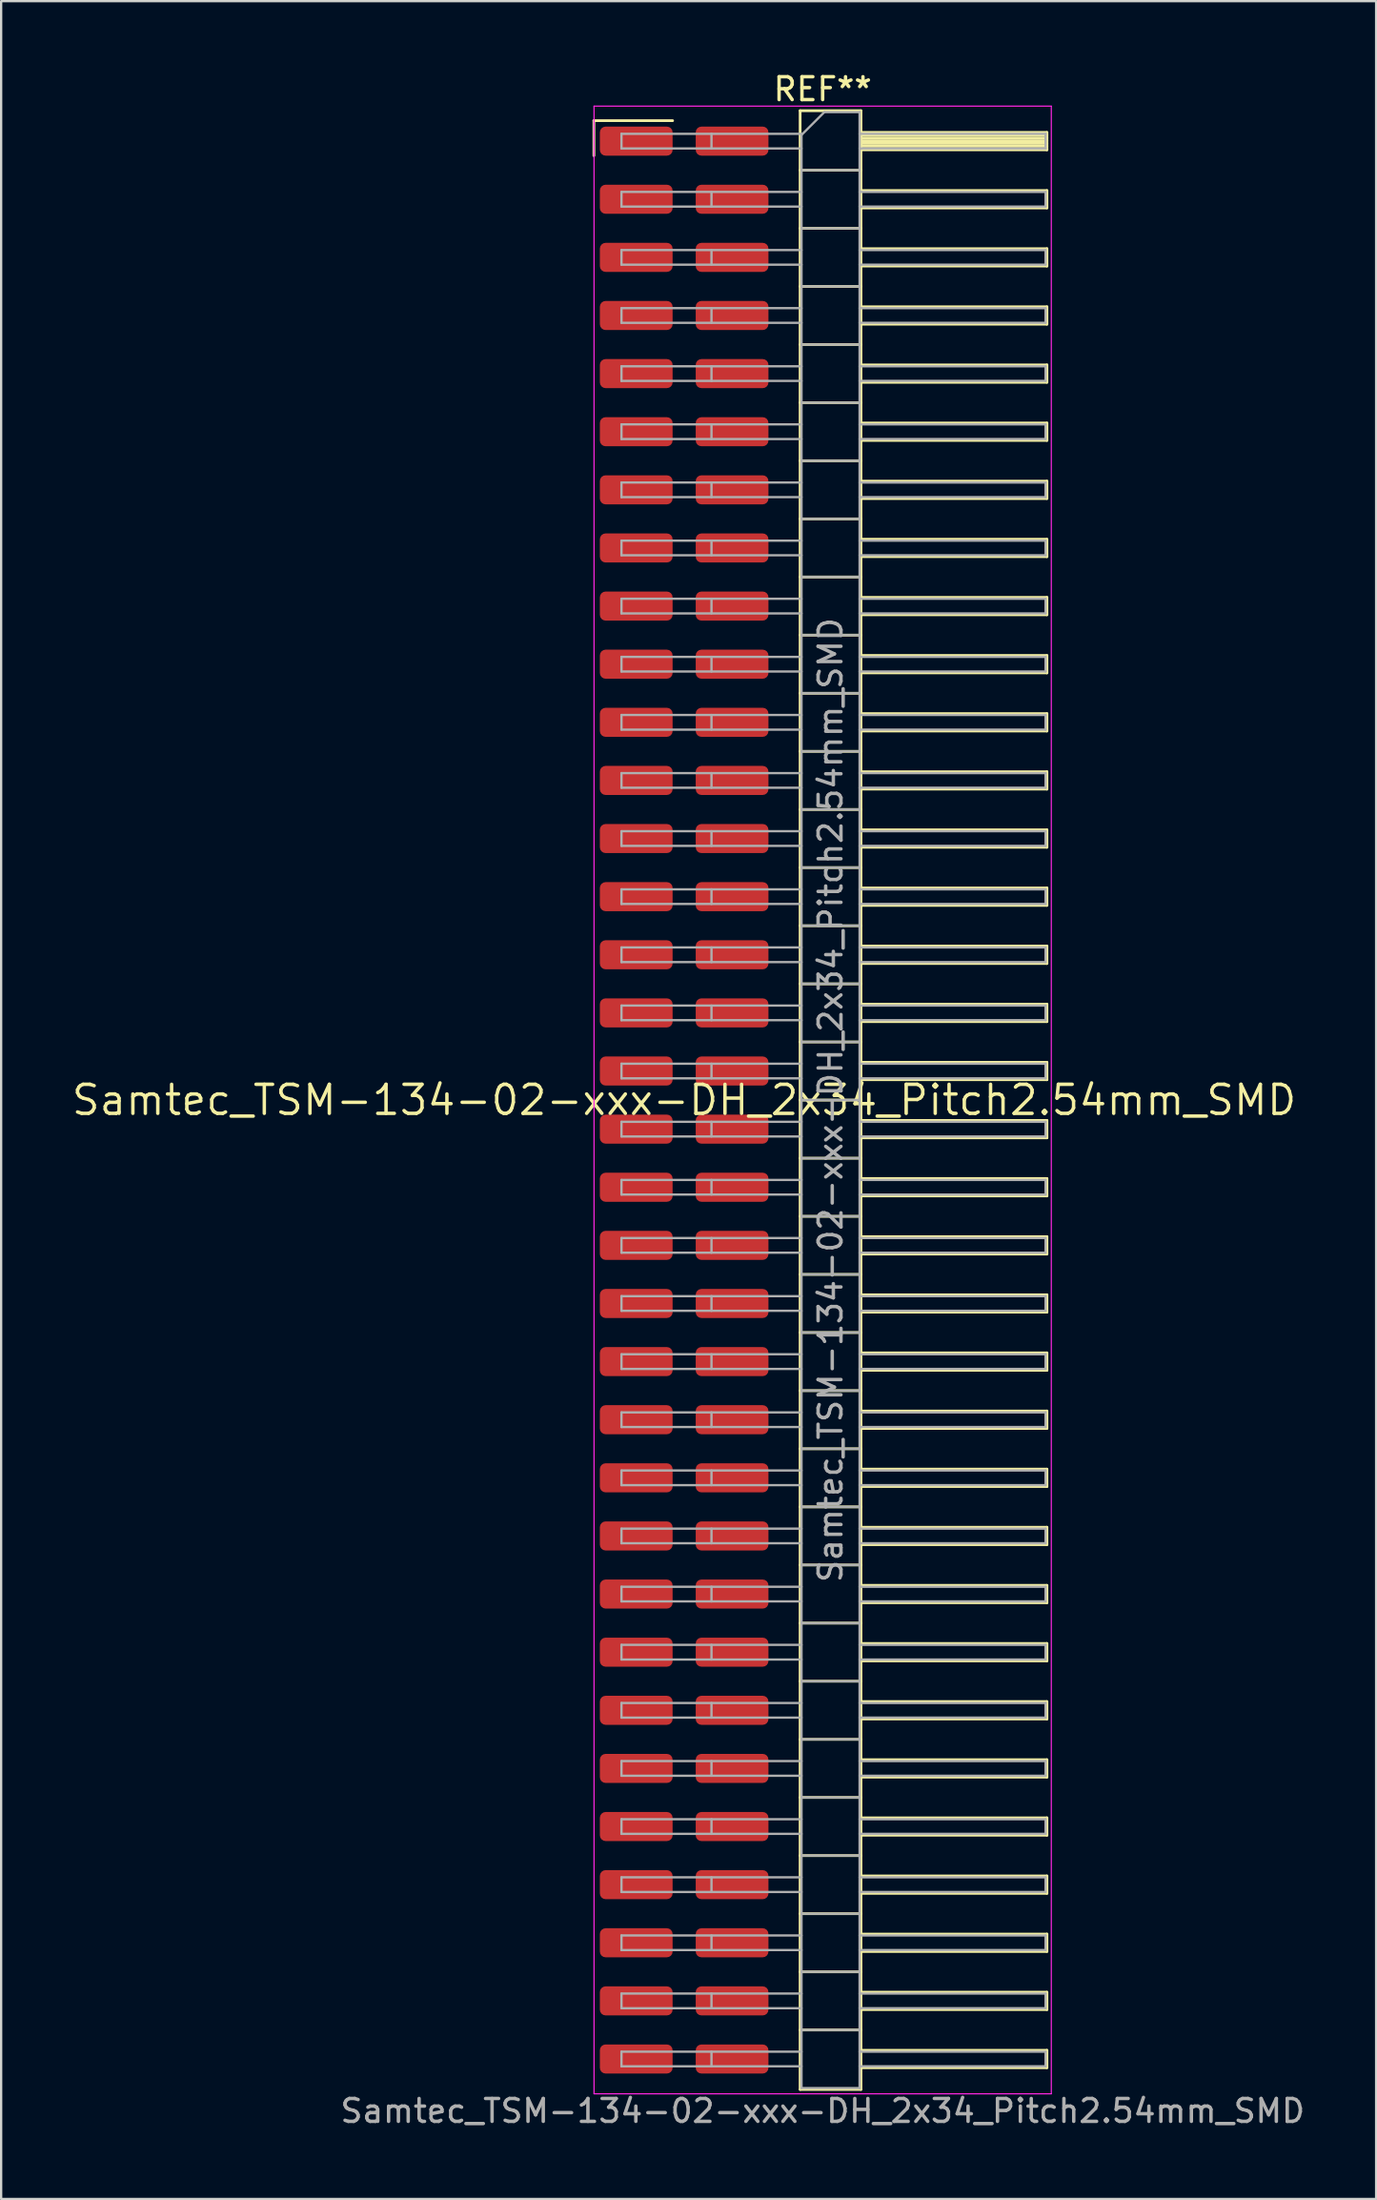
<source format=kicad_pcb>
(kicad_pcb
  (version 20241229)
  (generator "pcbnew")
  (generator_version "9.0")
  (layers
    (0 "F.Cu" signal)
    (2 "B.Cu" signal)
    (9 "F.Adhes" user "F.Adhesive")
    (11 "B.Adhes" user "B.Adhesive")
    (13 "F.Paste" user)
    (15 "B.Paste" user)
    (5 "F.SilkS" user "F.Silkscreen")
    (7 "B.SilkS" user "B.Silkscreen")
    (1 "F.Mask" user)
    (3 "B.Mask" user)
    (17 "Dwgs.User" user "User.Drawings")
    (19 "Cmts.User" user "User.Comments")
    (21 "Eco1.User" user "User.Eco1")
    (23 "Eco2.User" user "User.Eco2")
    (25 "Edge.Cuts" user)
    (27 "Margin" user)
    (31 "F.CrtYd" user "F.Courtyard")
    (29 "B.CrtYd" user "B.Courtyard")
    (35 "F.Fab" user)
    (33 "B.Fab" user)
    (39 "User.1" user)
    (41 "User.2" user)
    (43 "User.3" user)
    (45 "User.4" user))
  (footprint "Samtec_TSM-134-02-xxx-DH_2x34_Pitch2.54mm_SMD"
    (layer "F.Cu")
    (at 26.859 45.028)
    (property "Reference" "Samtec_TSM-134-02-xxx-DH_2x34_Pitch2.54mm_SMD" (at 0 0 0) (layer "F.SilkS") (effects (font (size 1.27 1.27) (thickness 0.15))))
    (attr smd)
    (fp_line (start -3.945 -42.805) (end -0.505 -42.805) (stroke (width 0.12) (type solid)) (layer "F.SilkS"))
    (fp_line (start -3.945 -41.275) (end -3.945 -42.805) (stroke (width 0.12) (type solid)) (layer "F.SilkS"))
    (fp_line (start 5.07 -43.24) (end 7.73 -43.24) (stroke (width 0.12) (type solid)) (layer "F.SilkS"))
    (fp_line (start 5.07 -40.64) (end 7.73 -40.64) (stroke (width 0.12) (type solid)) (layer "F.SilkS"))
    (fp_line (start 5.07 -38.1) (end 7.73 -38.1) (stroke (width 0.12) (type solid)) (layer "F.SilkS"))
    (fp_line (start 5.07 -35.56) (end 7.73 -35.56) (stroke (width 0.12) (type solid)) (layer "F.SilkS"))
    (fp_line (start 5.07 -33.02) (end 7.73 -33.02) (stroke (width 0.12) (type solid)) (layer "F.SilkS"))
    (fp_line (start 5.07 -30.48) (end 7.73 -30.48) (stroke (width 0.12) (type solid)) (layer "F.SilkS"))
    (fp_line (start 5.07 -27.94) (end 7.73 -27.94) (stroke (width 0.12) (type solid)) (layer "F.SilkS"))
    (fp_line (start 5.07 -25.4) (end 7.73 -25.4) (stroke (width 0.12) (type solid)) (layer "F.SilkS"))
    (fp_line (start 5.07 -22.86) (end 7.73 -22.86) (stroke (width 0.12) (type solid)) (layer "F.SilkS"))
    (fp_line (start 5.07 -20.32) (end 7.73 -20.32) (stroke (width 0.12) (type solid)) (layer "F.SilkS"))
    (fp_line (start 5.07 -17.78) (end 7.73 -17.78) (stroke (width 0.12) (type solid)) (layer "F.SilkS"))
    (fp_line (start 5.07 -15.24) (end 7.73 -15.24) (stroke (width 0.12) (type solid)) (layer "F.SilkS"))
    (fp_line (start 5.07 -12.7) (end 7.73 -12.7) (stroke (width 0.12) (type solid)) (layer "F.SilkS"))
    (fp_line (start 5.07 -10.16) (end 7.73 -10.16) (stroke (width 0.12) (type solid)) (layer "F.SilkS"))
    (fp_line (start 5.07 -7.62) (end 7.73 -7.62) (stroke (width 0.12) (type solid)) (layer "F.SilkS"))
    (fp_line (start 5.07 -5.08) (end 7.73 -5.08) (stroke (width 0.12) (type solid)) (layer "F.SilkS"))
    (fp_line (start 5.07 -2.54) (end 7.73 -2.54) (stroke (width 0.12) (type solid)) (layer "F.SilkS"))
    (fp_line (start 5.07 0) (end 7.73 0) (stroke (width 0.12) (type solid)) (layer "F.SilkS"))
    (fp_line (start 5.07 2.54) (end 7.73 2.54) (stroke (width 0.12) (type solid)) (layer "F.SilkS"))
    (fp_line (start 5.07 5.08) (end 7.73 5.08) (stroke (width 0.12) (type solid)) (layer "F.SilkS"))
    (fp_line (start 5.07 7.62) (end 7.73 7.62) (stroke (width 0.12) (type solid)) (layer "F.SilkS"))
    (fp_line (start 5.07 10.16) (end 7.73 10.16) (stroke (width 0.12) (type solid)) (layer "F.SilkS"))
    (fp_line (start 5.07 12.7) (end 7.73 12.7) (stroke (width 0.12) (type solid)) (layer "F.SilkS"))
    (fp_line (start 5.07 15.24) (end 7.73 15.24) (stroke (width 0.12) (type solid)) (layer "F.SilkS"))
    (fp_line (start 5.07 17.78) (end 7.73 17.78) (stroke (width 0.12) (type solid)) (layer "F.SilkS"))
    (fp_line (start 5.07 20.32) (end 7.73 20.32) (stroke (width 0.12) (type solid)) (layer "F.SilkS"))
    (fp_line (start 5.07 22.86) (end 7.73 22.86) (stroke (width 0.12) (type solid)) (layer "F.SilkS"))
    (fp_line (start 5.07 25.4) (end 7.73 25.4) (stroke (width 0.12) (type solid)) (layer "F.SilkS"))
    (fp_line (start 5.07 27.94) (end 7.73 27.94) (stroke (width 0.12) (type solid)) (layer "F.SilkS"))
    (fp_line (start 5.07 30.48) (end 7.73 30.48) (stroke (width 0.12) (type solid)) (layer "F.SilkS"))
    (fp_line (start 5.07 33.02) (end 7.73 33.02) (stroke (width 0.12) (type solid)) (layer "F.SilkS"))
    (fp_line (start 5.07 35.56) (end 7.73 35.56) (stroke (width 0.12) (type solid)) (layer "F.SilkS"))
    (fp_line (start 5.07 38.1) (end 7.73 38.1) (stroke (width 0.12) (type solid)) (layer "F.SilkS"))
    (fp_line (start 5.07 40.64) (end 7.73 40.64) (stroke (width 0.12) (type solid)) (layer "F.SilkS"))
    (fp_line (start 5.07 43.24) (end 5.07 -43.24) (stroke (width 0.12) (type solid)) (layer "F.SilkS"))
    (fp_line (start 7.73 -43.24) (end 7.73 43.24) (stroke (width 0.12) (type solid)) (layer "F.SilkS"))
    (fp_line (start 7.73 -42.29) (end 15.86 -42.29) (stroke (width 0.12) (type solid)) (layer "F.SilkS"))
    (fp_line (start 7.73 -42.17) (end 15.86 -42.17) (stroke (width 0.12) (type solid)) (layer "F.SilkS"))
    (fp_line (start 7.73 -42.05) (end 15.86 -42.05) (stroke (width 0.12) (type solid)) (layer "F.SilkS"))
    (fp_line (start 7.73 -41.93) (end 15.86 -41.93) (stroke (width 0.12) (type solid)) (layer "F.SilkS"))
    (fp_line (start 7.73 -41.81) (end 15.86 -41.81) (stroke (width 0.12) (type solid)) (layer "F.SilkS"))
    (fp_line (start 7.73 -41.69) (end 15.86 -41.69) (stroke (width 0.12) (type solid)) (layer "F.SilkS"))
    (fp_line (start 7.73 -41.57) (end 15.86 -41.57) (stroke (width 0.12) (type solid)) (layer "F.SilkS"))
    (fp_line (start 7.73 -41.53) (end 15.86 -41.53) (stroke (width 0.12) (type solid)) (layer "F.SilkS"))
    (fp_line (start 7.73 -39.75) (end 15.86 -39.75) (stroke (width 0.12) (type solid)) (layer "F.SilkS"))
    (fp_line (start 7.73 -38.99) (end 15.86 -38.99) (stroke (width 0.12) (type solid)) (layer "F.SilkS"))
    (fp_line (start 7.73 -37.21) (end 15.86 -37.21) (stroke (width 0.12) (type solid)) (layer "F.SilkS"))
    (fp_line (start 7.73 -36.45) (end 15.86 -36.45) (stroke (width 0.12) (type solid)) (layer "F.SilkS"))
    (fp_line (start 7.73 -34.67) (end 15.86 -34.67) (stroke (width 0.12) (type solid)) (layer "F.SilkS"))
    (fp_line (start 7.73 -33.91) (end 15.86 -33.91) (stroke (width 0.12) (type solid)) (layer "F.SilkS"))
    (fp_line (start 7.73 -32.13) (end 15.86 -32.13) (stroke (width 0.12) (type solid)) (layer "F.SilkS"))
    (fp_line (start 7.73 -31.37) (end 15.86 -31.37) (stroke (width 0.12) (type solid)) (layer "F.SilkS"))
    (fp_line (start 7.73 -29.59) (end 15.86 -29.59) (stroke (width 0.12) (type solid)) (layer "F.SilkS"))
    (fp_line (start 7.73 -28.83) (end 15.86 -28.83) (stroke (width 0.12) (type solid)) (layer "F.SilkS"))
    (fp_line (start 7.73 -27.05) (end 15.86 -27.05) (stroke (width 0.12) (type solid)) (layer "F.SilkS"))
    (fp_line (start 7.73 -26.29) (end 15.86 -26.29) (stroke (width 0.12) (type solid)) (layer "F.SilkS"))
    (fp_line (start 7.73 -24.51) (end 15.86 -24.51) (stroke (width 0.12) (type solid)) (layer "F.SilkS"))
    (fp_line (start 7.73 -23.75) (end 15.86 -23.75) (stroke (width 0.12) (type solid)) (layer "F.SilkS"))
    (fp_line (start 7.73 -21.97) (end 15.86 -21.97) (stroke (width 0.12) (type solid)) (layer "F.SilkS"))
    (fp_line (start 7.73 -21.21) (end 15.86 -21.21) (stroke (width 0.12) (type solid)) (layer "F.SilkS"))
    (fp_line (start 7.73 -19.43) (end 15.86 -19.43) (stroke (width 0.12) (type solid)) (layer "F.SilkS"))
    (fp_line (start 7.73 -18.67) (end 15.86 -18.67) (stroke (width 0.12) (type solid)) (layer "F.SilkS"))
    (fp_line (start 7.73 -16.89) (end 15.86 -16.89) (stroke (width 0.12) (type solid)) (layer "F.SilkS"))
    (fp_line (start 7.73 -16.13) (end 15.86 -16.13) (stroke (width 0.12) (type solid)) (layer "F.SilkS"))
    (fp_line (start 7.73 -14.35) (end 15.86 -14.35) (stroke (width 0.12) (type solid)) (layer "F.SilkS"))
    (fp_line (start 7.73 -13.59) (end 15.86 -13.59) (stroke (width 0.12) (type solid)) (layer "F.SilkS"))
    (fp_line (start 7.73 -11.81) (end 15.86 -11.81) (stroke (width 0.12) (type solid)) (layer "F.SilkS"))
    (fp_line (start 7.73 -11.05) (end 15.86 -11.05) (stroke (width 0.12) (type solid)) (layer "F.SilkS"))
    (fp_line (start 7.73 -9.27) (end 15.86 -9.27) (stroke (width 0.12) (type solid)) (layer "F.SilkS"))
    (fp_line (start 7.73 -8.51) (end 15.86 -8.51) (stroke (width 0.12) (type solid)) (layer "F.SilkS"))
    (fp_line (start 7.73 -6.73) (end 15.86 -6.73) (stroke (width 0.12) (type solid)) (layer "F.SilkS"))
    (fp_line (start 7.73 -5.97) (end 15.86 -5.97) (stroke (width 0.12) (type solid)) (layer "F.SilkS"))
    (fp_line (start 7.73 -4.19) (end 15.86 -4.19) (stroke (width 0.12) (type solid)) (layer "F.SilkS"))
    (fp_line (start 7.73 -3.43) (end 15.86 -3.43) (stroke (width 0.12) (type solid)) (layer "F.SilkS"))
    (fp_line (start 7.73 -1.65) (end 15.86 -1.65) (stroke (width 0.12) (type solid)) (layer "F.SilkS"))
    (fp_line (start 7.73 -0.89) (end 15.86 -0.89) (stroke (width 0.12) (type solid)) (layer "F.SilkS"))
    (fp_line (start 7.73 0.89) (end 15.86 0.89) (stroke (width 0.12) (type solid)) (layer "F.SilkS"))
    (fp_line (start 7.73 1.65) (end 15.86 1.65) (stroke (width 0.12) (type solid)) (layer "F.SilkS"))
    (fp_line (start 7.73 3.43) (end 15.86 3.43) (stroke (width 0.12) (type solid)) (layer "F.SilkS"))
    (fp_line (start 7.73 4.19) (end 15.86 4.19) (stroke (width 0.12) (type solid)) (layer "F.SilkS"))
    (fp_line (start 7.73 5.97) (end 15.86 5.97) (stroke (width 0.12) (type solid)) (layer "F.SilkS"))
    (fp_line (start 7.73 6.73) (end 15.86 6.73) (stroke (width 0.12) (type solid)) (layer "F.SilkS"))
    (fp_line (start 7.73 8.51) (end 15.86 8.51) (stroke (width 0.12) (type solid)) (layer "F.SilkS"))
    (fp_line (start 7.73 9.27) (end 15.86 9.27) (stroke (width 0.12) (type solid)) (layer "F.SilkS"))
    (fp_line (start 7.73 11.05) (end 15.86 11.05) (stroke (width 0.12) (type solid)) (layer "F.SilkS"))
    (fp_line (start 7.73 11.81) (end 15.86 11.81) (stroke (width 0.12) (type solid)) (layer "F.SilkS"))
    (fp_line (start 7.73 13.59) (end 15.86 13.59) (stroke (width 0.12) (type solid)) (layer "F.SilkS"))
    (fp_line (start 7.73 14.35) (end 15.86 14.35) (stroke (width 0.12) (type solid)) (layer "F.SilkS"))
    (fp_line (start 7.73 16.13) (end 15.86 16.13) (stroke (width 0.12) (type solid)) (layer "F.SilkS"))
    (fp_line (start 7.73 16.89) (end 15.86 16.89) (stroke (width 0.12) (type solid)) (layer "F.SilkS"))
    (fp_line (start 7.73 18.67) (end 15.86 18.67) (stroke (width 0.12) (type solid)) (layer "F.SilkS"))
    (fp_line (start 7.73 19.43) (end 15.86 19.43) (stroke (width 0.12) (type solid)) (layer "F.SilkS"))
    (fp_line (start 7.73 21.21) (end 15.86 21.21) (stroke (width 0.12) (type solid)) (layer "F.SilkS"))
    (fp_line (start 7.73 21.97) (end 15.86 21.97) (stroke (width 0.12) (type solid)) (layer "F.SilkS"))
    (fp_line (start 7.73 23.75) (end 15.86 23.75) (stroke (width 0.12) (type solid)) (layer "F.SilkS"))
    (fp_line (start 7.73 24.51) (end 15.86 24.51) (stroke (width 0.12) (type solid)) (layer "F.SilkS"))
    (fp_line (start 7.73 26.29) (end 15.86 26.29) (stroke (width 0.12) (type solid)) (layer "F.SilkS"))
    (fp_line (start 7.73 27.05) (end 15.86 27.05) (stroke (width 0.12) (type solid)) (layer "F.SilkS"))
    (fp_line (start 7.73 28.83) (end 15.86 28.83) (stroke (width 0.12) (type solid)) (layer "F.SilkS"))
    (fp_line (start 7.73 29.59) (end 15.86 29.59) (stroke (width 0.12) (type solid)) (layer "F.SilkS"))
    (fp_line (start 7.73 31.37) (end 15.86 31.37) (stroke (width 0.12) (type solid)) (layer "F.SilkS"))
    (fp_line (start 7.73 32.13) (end 15.86 32.13) (stroke (width 0.12) (type solid)) (layer "F.SilkS"))
    (fp_line (start 7.73 33.91) (end 15.86 33.91) (stroke (width 0.12) (type solid)) (layer "F.SilkS"))
    (fp_line (start 7.73 34.67) (end 15.86 34.67) (stroke (width 0.12) (type solid)) (layer "F.SilkS"))
    (fp_line (start 7.73 36.45) (end 15.86 36.45) (stroke (width 0.12) (type solid)) (layer "F.SilkS"))
    (fp_line (start 7.73 37.21) (end 15.86 37.21) (stroke (width 0.12) (type solid)) (layer "F.SilkS"))
    (fp_line (start 7.73 38.99) (end 15.86 38.99) (stroke (width 0.12) (type solid)) (layer "F.SilkS"))
    (fp_line (start 7.73 39.75) (end 15.86 39.75) (stroke (width 0.12) (type solid)) (layer "F.SilkS"))
    (fp_line (start 7.73 41.53) (end 15.86 41.53) (stroke (width 0.12) (type solid)) (layer "F.SilkS"))
    (fp_line (start 7.73 42.29) (end 15.86 42.29) (stroke (width 0.12) (type solid)) (layer "F.SilkS"))
    (fp_line (start 7.73 43.24) (end 5.07 43.24) (stroke (width 0.12) (type solid)) (layer "F.SilkS"))
    (fp_line (start 15.86 -42.29) (end 15.86 -41.53) (stroke (width 0.12) (type solid)) (layer "F.SilkS"))
    (fp_line (start 15.86 -39.75) (end 15.86 -38.99) (stroke (width 0.12) (type solid)) (layer "F.SilkS"))
    (fp_line (start 15.86 -37.21) (end 15.86 -36.45) (stroke (width 0.12) (type solid)) (layer "F.SilkS"))
    (fp_line (start 15.86 -34.67) (end 15.86 -33.91) (stroke (width 0.12) (type solid)) (layer "F.SilkS"))
    (fp_line (start 15.86 -32.13) (end 15.86 -31.37) (stroke (width 0.12) (type solid)) (layer "F.SilkS"))
    (fp_line (start 15.86 -29.59) (end 15.86 -28.83) (stroke (width 0.12) (type solid)) (layer "F.SilkS"))
    (fp_line (start 15.86 -27.05) (end 15.86 -26.29) (stroke (width 0.12) (type solid)) (layer "F.SilkS"))
    (fp_line (start 15.86 -24.51) (end 15.86 -23.75) (stroke (width 0.12) (type solid)) (layer "F.SilkS"))
    (fp_line (start 15.86 -21.97) (end 15.86 -21.21) (stroke (width 0.12) (type solid)) (layer "F.SilkS"))
    (fp_line (start 15.86 -19.43) (end 15.86 -18.67) (stroke (width 0.12) (type solid)) (layer "F.SilkS"))
    (fp_line (start 15.86 -16.89) (end 15.86 -16.13) (stroke (width 0.12) (type solid)) (layer "F.SilkS"))
    (fp_line (start 15.86 -14.35) (end 15.86 -13.59) (stroke (width 0.12) (type solid)) (layer "F.SilkS"))
    (fp_line (start 15.86 -11.81) (end 15.86 -11.05) (stroke (width 0.12) (type solid)) (layer "F.SilkS"))
    (fp_line (start 15.86 -9.27) (end 15.86 -8.51) (stroke (width 0.12) (type solid)) (layer "F.SilkS"))
    (fp_line (start 15.86 -6.73) (end 15.86 -5.97) (stroke (width 0.12) (type solid)) (layer "F.SilkS"))
    (fp_line (start 15.86 -4.19) (end 15.86 -3.43) (stroke (width 0.12) (type solid)) (layer "F.SilkS"))
    (fp_line (start 15.86 -1.65) (end 15.86 -0.89) (stroke (width 0.12) (type solid)) (layer "F.SilkS"))
    (fp_line (start 15.86 0.89) (end 15.86 1.65) (stroke (width 0.12) (type solid)) (layer "F.SilkS"))
    (fp_line (start 15.86 3.43) (end 15.86 4.19) (stroke (width 0.12) (type solid)) (layer "F.SilkS"))
    (fp_line (start 15.86 5.97) (end 15.86 6.73) (stroke (width 0.12) (type solid)) (layer "F.SilkS"))
    (fp_line (start 15.86 8.51) (end 15.86 9.27) (stroke (width 0.12) (type solid)) (layer "F.SilkS"))
    (fp_line (start 15.86 11.05) (end 15.86 11.81) (stroke (width 0.12) (type solid)) (layer "F.SilkS"))
    (fp_line (start 15.86 13.59) (end 15.86 14.35) (stroke (width 0.12) (type solid)) (layer "F.SilkS"))
    (fp_line (start 15.86 16.13) (end 15.86 16.89) (stroke (width 0.12) (type solid)) (layer "F.SilkS"))
    (fp_line (start 15.86 18.67) (end 15.86 19.43) (stroke (width 0.12) (type solid)) (layer "F.SilkS"))
    (fp_line (start 15.86 21.21) (end 15.86 21.97) (stroke (width 0.12) (type solid)) (layer "F.SilkS"))
    (fp_line (start 15.86 23.75) (end 15.86 24.51) (stroke (width 0.12) (type solid)) (layer "F.SilkS"))
    (fp_line (start 15.86 26.29) (end 15.86 27.05) (stroke (width 0.12) (type solid)) (layer "F.SilkS"))
    (fp_line (start 15.86 28.83) (end 15.86 29.59) (stroke (width 0.12) (type solid)) (layer "F.SilkS"))
    (fp_line (start 15.86 31.37) (end 15.86 32.13) (stroke (width 0.12) (type solid)) (layer "F.SilkS"))
    (fp_line (start 15.86 33.91) (end 15.86 34.67) (stroke (width 0.12) (type solid)) (layer "F.SilkS"))
    (fp_line (start 15.86 36.45) (end 15.86 37.21) (stroke (width 0.12) (type solid)) (layer "F.SilkS"))
    (fp_line (start 15.86 38.99) (end 15.86 39.75) (stroke (width 0.12) (type solid)) (layer "F.SilkS"))
    (fp_line (start 15.86 41.53) (end 15.86 42.29) (stroke (width 0.12) (type solid)) (layer "F.SilkS"))
    (fp_line (start -3.94 -43.44) (end 16.05 -43.44) (stroke (width 0.05) (type solid)) (layer "F.CrtYd"))
    (fp_line (start -3.94 43.43) (end -3.94 -43.44) (stroke (width 0.05) (type solid)) (layer "F.CrtYd"))
    (fp_line (start 16.05 -43.44) (end 16.05 43.43) (stroke (width 0.05) (type solid)) (layer "F.CrtYd"))
    (fp_line (start 16.05 43.43) (end -3.94 43.43) (stroke (width 0.05) (type solid)) (layer "F.CrtYd"))
    (fp_line (start -2.74 -42.23) (end -2.74 -41.59) (stroke (width 0.1) (type solid)) (layer "F.Fab"))
    (fp_line (start -2.74 -42.23) (end 5.13 -42.23) (stroke (width 0.1) (type solid)) (layer "F.Fab"))
    (fp_line (start -2.74 -41.59) (end 5.13 -41.59) (stroke (width 0.1) (type solid)) (layer "F.Fab"))
    (fp_line (start -2.74 -39.69) (end -2.74 -39.05) (stroke (width 0.1) (type solid)) (layer "F.Fab"))
    (fp_line (start -2.74 -39.69) (end 5.13 -39.69) (stroke (width 0.1) (type solid)) (layer "F.Fab"))
    (fp_line (start -2.74 -39.05) (end 5.13 -39.05) (stroke (width 0.1) (type solid)) (layer "F.Fab"))
    (fp_line (start -2.74 -37.15) (end -2.74 -36.51) (stroke (width 0.1) (type solid)) (layer "F.Fab"))
    (fp_line (start -2.74 -37.15) (end 5.13 -37.15) (stroke (width 0.1) (type solid)) (layer "F.Fab"))
    (fp_line (start -2.74 -36.51) (end 5.13 -36.51) (stroke (width 0.1) (type solid)) (layer "F.Fab"))
    (fp_line (start -2.74 -34.61) (end -2.74 -33.97) (stroke (width 0.1) (type solid)) (layer "F.Fab"))
    (fp_line (start -2.74 -34.61) (end 5.13 -34.61) (stroke (width 0.1) (type solid)) (layer "F.Fab"))
    (fp_line (start -2.74 -33.97) (end 5.13 -33.97) (stroke (width 0.1) (type solid)) (layer "F.Fab"))
    (fp_line (start -2.74 -32.07) (end -2.74 -31.43) (stroke (width 0.1) (type solid)) (layer "F.Fab"))
    (fp_line (start -2.74 -32.07) (end 5.13 -32.07) (stroke (width 0.1) (type solid)) (layer "F.Fab"))
    (fp_line (start -2.74 -31.43) (end 5.13 -31.43) (stroke (width 0.1) (type solid)) (layer "F.Fab"))
    (fp_line (start -2.74 -29.53) (end -2.74 -28.89) (stroke (width 0.1) (type solid)) (layer "F.Fab"))
    (fp_line (start -2.74 -29.53) (end 5.13 -29.53) (stroke (width 0.1) (type solid)) (layer "F.Fab"))
    (fp_line (start -2.74 -28.89) (end 5.13 -28.89) (stroke (width 0.1) (type solid)) (layer "F.Fab"))
    (fp_line (start -2.74 -26.99) (end -2.74 -26.35) (stroke (width 0.1) (type solid)) (layer "F.Fab"))
    (fp_line (start -2.74 -26.99) (end 5.13 -26.99) (stroke (width 0.1) (type solid)) (layer "F.Fab"))
    (fp_line (start -2.74 -26.35) (end 5.13 -26.35) (stroke (width 0.1) (type solid)) (layer "F.Fab"))
    (fp_line (start -2.74 -24.45) (end -2.74 -23.81) (stroke (width 0.1) (type solid)) (layer "F.Fab"))
    (fp_line (start -2.74 -24.45) (end 5.13 -24.45) (stroke (width 0.1) (type solid)) (layer "F.Fab"))
    (fp_line (start -2.74 -23.81) (end 5.13 -23.81) (stroke (width 0.1) (type solid)) (layer "F.Fab"))
    (fp_line (start -2.74 -21.91) (end -2.74 -21.27) (stroke (width 0.1) (type solid)) (layer "F.Fab"))
    (fp_line (start -2.74 -21.91) (end 5.13 -21.91) (stroke (width 0.1) (type solid)) (layer "F.Fab"))
    (fp_line (start -2.74 -21.27) (end 5.13 -21.27) (stroke (width 0.1) (type solid)) (layer "F.Fab"))
    (fp_line (start -2.74 -19.37) (end -2.74 -18.73) (stroke (width 0.1) (type solid)) (layer "F.Fab"))
    (fp_line (start -2.74 -19.37) (end 5.13 -19.37) (stroke (width 0.1) (type solid)) (layer "F.Fab"))
    (fp_line (start -2.74 -18.73) (end 5.13 -18.73) (stroke (width 0.1) (type solid)) (layer "F.Fab"))
    (fp_line (start -2.74 -16.83) (end -2.74 -16.19) (stroke (width 0.1) (type solid)) (layer "F.Fab"))
    (fp_line (start -2.74 -16.83) (end 5.13 -16.83) (stroke (width 0.1) (type solid)) (layer "F.Fab"))
    (fp_line (start -2.74 -16.19) (end 5.13 -16.19) (stroke (width 0.1) (type solid)) (layer "F.Fab"))
    (fp_line (start -2.74 -14.29) (end -2.74 -13.65) (stroke (width 0.1) (type solid)) (layer "F.Fab"))
    (fp_line (start -2.74 -14.29) (end 5.13 -14.29) (stroke (width 0.1) (type solid)) (layer "F.Fab"))
    (fp_line (start -2.74 -13.65) (end 5.13 -13.65) (stroke (width 0.1) (type solid)) (layer "F.Fab"))
    (fp_line (start -2.74 -11.75) (end -2.74 -11.11) (stroke (width 0.1) (type solid)) (layer "F.Fab"))
    (fp_line (start -2.74 -11.75) (end 5.13 -11.75) (stroke (width 0.1) (type solid)) (layer "F.Fab"))
    (fp_line (start -2.74 -11.11) (end 5.13 -11.11) (stroke (width 0.1) (type solid)) (layer "F.Fab"))
    (fp_line (start -2.74 -9.21) (end -2.74 -8.57) (stroke (width 0.1) (type solid)) (layer "F.Fab"))
    (fp_line (start -2.74 -9.21) (end 5.13 -9.21) (stroke (width 0.1) (type solid)) (layer "F.Fab"))
    (fp_line (start -2.74 -8.57) (end 5.13 -8.57) (stroke (width 0.1) (type solid)) (layer "F.Fab"))
    (fp_line (start -2.74 -6.67) (end -2.74 -6.03) (stroke (width 0.1) (type solid)) (layer "F.Fab"))
    (fp_line (start -2.74 -6.67) (end 5.13 -6.67) (stroke (width 0.1) (type solid)) (layer "F.Fab"))
    (fp_line (start -2.74 -6.03) (end 5.13 -6.03) (stroke (width 0.1) (type solid)) (layer "F.Fab"))
    (fp_line (start -2.74 -4.13) (end -2.74 -3.49) (stroke (width 0.1) (type solid)) (layer "F.Fab"))
    (fp_line (start -2.74 -4.13) (end 5.13 -4.13) (stroke (width 0.1) (type solid)) (layer "F.Fab"))
    (fp_line (start -2.74 -3.49) (end 5.13 -3.49) (stroke (width 0.1) (type solid)) (layer "F.Fab"))
    (fp_line (start -2.74 -1.59) (end -2.74 -0.95) (stroke (width 0.1) (type solid)) (layer "F.Fab"))
    (fp_line (start -2.74 -1.59) (end 5.13 -1.59) (stroke (width 0.1) (type solid)) (layer "F.Fab"))
    (fp_line (start -2.74 -0.95) (end 5.13 -0.95) (stroke (width 0.1) (type solid)) (layer "F.Fab"))
    (fp_line (start -2.74 0.95) (end -2.74 1.59) (stroke (width 0.1) (type solid)) (layer "F.Fab"))
    (fp_line (start -2.74 0.95) (end 5.13 0.95) (stroke (width 0.1) (type solid)) (layer "F.Fab"))
    (fp_line (start -2.74 1.59) (end 5.13 1.59) (stroke (width 0.1) (type solid)) (layer "F.Fab"))
    (fp_line (start -2.74 3.49) (end -2.74 4.13) (stroke (width 0.1) (type solid)) (layer "F.Fab"))
    (fp_line (start -2.74 3.49) (end 5.13 3.49) (stroke (width 0.1) (type solid)) (layer "F.Fab"))
    (fp_line (start -2.74 4.13) (end 5.13 4.13) (stroke (width 0.1) (type solid)) (layer "F.Fab"))
    (fp_line (start -2.74 6.03) (end -2.74 6.67) (stroke (width 0.1) (type solid)) (layer "F.Fab"))
    (fp_line (start -2.74 6.03) (end 5.13 6.03) (stroke (width 0.1) (type solid)) (layer "F.Fab"))
    (fp_line (start -2.74 6.67) (end 5.13 6.67) (stroke (width 0.1) (type solid)) (layer "F.Fab"))
    (fp_line (start -2.74 8.57) (end -2.74 9.21) (stroke (width 0.1) (type solid)) (layer "F.Fab"))
    (fp_line (start -2.74 8.57) (end 5.13 8.57) (stroke (width 0.1) (type solid)) (layer "F.Fab"))
    (fp_line (start -2.74 9.21) (end 5.13 9.21) (stroke (width 0.1) (type solid)) (layer "F.Fab"))
    (fp_line (start -2.74 11.11) (end -2.74 11.75) (stroke (width 0.1) (type solid)) (layer "F.Fab"))
    (fp_line (start -2.74 11.11) (end 5.13 11.11) (stroke (width 0.1) (type solid)) (layer "F.Fab"))
    (fp_line (start -2.74 11.75) (end 5.13 11.75) (stroke (width 0.1) (type solid)) (layer "F.Fab"))
    (fp_line (start -2.74 13.65) (end -2.74 14.29) (stroke (width 0.1) (type solid)) (layer "F.Fab"))
    (fp_line (start -2.74 13.65) (end 5.13 13.65) (stroke (width 0.1) (type solid)) (layer "F.Fab"))
    (fp_line (start -2.74 14.29) (end 5.13 14.29) (stroke (width 0.1) (type solid)) (layer "F.Fab"))
    (fp_line (start -2.74 16.19) (end -2.74 16.83) (stroke (width 0.1) (type solid)) (layer "F.Fab"))
    (fp_line (start -2.74 16.19) (end 5.13 16.19) (stroke (width 0.1) (type solid)) (layer "F.Fab"))
    (fp_line (start -2.74 16.83) (end 5.13 16.83) (stroke (width 0.1) (type solid)) (layer "F.Fab"))
    (fp_line (start -2.74 18.73) (end -2.74 19.37) (stroke (width 0.1) (type solid)) (layer "F.Fab"))
    (fp_line (start -2.74 18.73) (end 5.13 18.73) (stroke (width 0.1) (type solid)) (layer "F.Fab"))
    (fp_line (start -2.74 19.37) (end 5.13 19.37) (stroke (width 0.1) (type solid)) (layer "F.Fab"))
    (fp_line (start -2.74 21.27) (end -2.74 21.91) (stroke (width 0.1) (type solid)) (layer "F.Fab"))
    (fp_line (start -2.74 21.27) (end 5.13 21.27) (stroke (width 0.1) (type solid)) (layer "F.Fab"))
    (fp_line (start -2.74 21.91) (end 5.13 21.91) (stroke (width 0.1) (type solid)) (layer "F.Fab"))
    (fp_line (start -2.74 23.81) (end -2.74 24.45) (stroke (width 0.1) (type solid)) (layer "F.Fab"))
    (fp_line (start -2.74 23.81) (end 5.13 23.81) (stroke (width 0.1) (type solid)) (layer "F.Fab"))
    (fp_line (start -2.74 24.45) (end 5.13 24.45) (stroke (width 0.1) (type solid)) (layer "F.Fab"))
    (fp_line (start -2.74 26.35) (end -2.74 26.99) (stroke (width 0.1) (type solid)) (layer "F.Fab"))
    (fp_line (start -2.74 26.35) (end 5.13 26.35) (stroke (width 0.1) (type solid)) (layer "F.Fab"))
    (fp_line (start -2.74 26.99) (end 5.13 26.99) (stroke (width 0.1) (type solid)) (layer "F.Fab"))
    (fp_line (start -2.74 28.89) (end -2.74 29.53) (stroke (width 0.1) (type solid)) (layer "F.Fab"))
    (fp_line (start -2.74 28.89) (end 5.13 28.89) (stroke (width 0.1) (type solid)) (layer "F.Fab"))
    (fp_line (start -2.74 29.53) (end 5.13 29.53) (stroke (width 0.1) (type solid)) (layer "F.Fab"))
    (fp_line (start -2.74 31.43) (end -2.74 32.07) (stroke (width 0.1) (type solid)) (layer "F.Fab"))
    (fp_line (start -2.74 31.43) (end 5.13 31.43) (stroke (width 0.1) (type solid)) (layer "F.Fab"))
    (fp_line (start -2.74 32.07) (end 5.13 32.07) (stroke (width 0.1) (type solid)) (layer "F.Fab"))
    (fp_line (start -2.74 33.97) (end -2.74 34.61) (stroke (width 0.1) (type solid)) (layer "F.Fab"))
    (fp_line (start -2.74 33.97) (end 5.13 33.97) (stroke (width 0.1) (type solid)) (layer "F.Fab"))
    (fp_line (start -2.74 34.61) (end 5.13 34.61) (stroke (width 0.1) (type solid)) (layer "F.Fab"))
    (fp_line (start -2.74 36.51) (end -2.74 37.15) (stroke (width 0.1) (type solid)) (layer "F.Fab"))
    (fp_line (start -2.74 36.51) (end 5.13 36.51) (stroke (width 0.1) (type solid)) (layer "F.Fab"))
    (fp_line (start -2.74 37.15) (end 5.13 37.15) (stroke (width 0.1) (type solid)) (layer "F.Fab"))
    (fp_line (start -2.74 39.05) (end -2.74 39.69) (stroke (width 0.1) (type solid)) (layer "F.Fab"))
    (fp_line (start -2.74 39.05) (end 5.13 39.05) (stroke (width 0.1) (type solid)) (layer "F.Fab"))
    (fp_line (start -2.74 39.69) (end 5.13 39.69) (stroke (width 0.1) (type solid)) (layer "F.Fab"))
    (fp_line (start -2.74 41.59) (end -2.74 42.23) (stroke (width 0.1) (type solid)) (layer "F.Fab"))
    (fp_line (start -2.74 41.59) (end 5.13 41.59) (stroke (width 0.1) (type solid)) (layer "F.Fab"))
    (fp_line (start -2.74 42.23) (end 5.13 42.23) (stroke (width 0.1) (type solid)) (layer "F.Fab"))
    (fp_line (start 1.195 -42.23) (end 1.195 -41.59) (stroke (width 0.1) (type solid)) (layer "F.Fab"))
    (fp_line (start 1.195 -39.69) (end 1.195 -39.05) (stroke (width 0.1) (type solid)) (layer "F.Fab"))
    (fp_line (start 1.195 -37.15) (end 1.195 -36.51) (stroke (width 0.1) (type solid)) (layer "F.Fab"))
    (fp_line (start 1.195 -34.61) (end 1.195 -33.97) (stroke (width 0.1) (type solid)) (layer "F.Fab"))
    (fp_line (start 1.195 -32.07) (end 1.195 -31.43) (stroke (width 0.1) (type solid)) (layer "F.Fab"))
    (fp_line (start 1.195 -29.53) (end 1.195 -28.89) (stroke (width 0.1) (type solid)) (layer "F.Fab"))
    (fp_line (start 1.195 -26.99) (end 1.195 -26.35) (stroke (width 0.1) (type solid)) (layer "F.Fab"))
    (fp_line (start 1.195 -24.45) (end 1.195 -23.81) (stroke (width 0.1) (type solid)) (layer "F.Fab"))
    (fp_line (start 1.195 -21.91) (end 1.195 -21.27) (stroke (width 0.1) (type solid)) (layer "F.Fab"))
    (fp_line (start 1.195 -19.37) (end 1.195 -18.73) (stroke (width 0.1) (type solid)) (layer "F.Fab"))
    (fp_line (start 1.195 -16.83) (end 1.195 -16.19) (stroke (width 0.1) (type solid)) (layer "F.Fab"))
    (fp_line (start 1.195 -14.29) (end 1.195 -13.65) (stroke (width 0.1) (type solid)) (layer "F.Fab"))
    (fp_line (start 1.195 -11.75) (end 1.195 -11.11) (stroke (width 0.1) (type solid)) (layer "F.Fab"))
    (fp_line (start 1.195 -9.21) (end 1.195 -8.57) (stroke (width 0.1) (type solid)) (layer "F.Fab"))
    (fp_line (start 1.195 -6.67) (end 1.195 -6.03) (stroke (width 0.1) (type solid)) (layer "F.Fab"))
    (fp_line (start 1.195 -4.13) (end 1.195 -3.49) (stroke (width 0.1) (type solid)) (layer "F.Fab"))
    (fp_line (start 1.195 -1.59) (end 1.195 -0.95) (stroke (width 0.1) (type solid)) (layer "F.Fab"))
    (fp_line (start 1.195 0.95) (end 1.195 1.59) (stroke (width 0.1) (type solid)) (layer "F.Fab"))
    (fp_line (start 1.195 3.49) (end 1.195 4.13) (stroke (width 0.1) (type solid)) (layer "F.Fab"))
    (fp_line (start 1.195 6.03) (end 1.195 6.67) (stroke (width 0.1) (type solid)) (layer "F.Fab"))
    (fp_line (start 1.195 8.57) (end 1.195 9.21) (stroke (width 0.1) (type solid)) (layer "F.Fab"))
    (fp_line (start 1.195 11.11) (end 1.195 11.75) (stroke (width 0.1) (type solid)) (layer "F.Fab"))
    (fp_line (start 1.195 13.65) (end 1.195 14.29) (stroke (width 0.1) (type solid)) (layer "F.Fab"))
    (fp_line (start 1.195 16.19) (end 1.195 16.83) (stroke (width 0.1) (type solid)) (layer "F.Fab"))
    (fp_line (start 1.195 18.73) (end 1.195 19.37) (stroke (width 0.1) (type solid)) (layer "F.Fab"))
    (fp_line (start 1.195 21.27) (end 1.195 21.91) (stroke (width 0.1) (type solid)) (layer "F.Fab"))
    (fp_line (start 1.195 23.81) (end 1.195 24.45) (stroke (width 0.1) (type solid)) (layer "F.Fab"))
    (fp_line (start 1.195 26.35) (end 1.195 26.99) (stroke (width 0.1) (type solid)) (layer "F.Fab"))
    (fp_line (start 1.195 28.89) (end 1.195 29.53) (stroke (width 0.1) (type solid)) (layer "F.Fab"))
    (fp_line (start 1.195 31.43) (end 1.195 32.07) (stroke (width 0.1) (type solid)) (layer "F.Fab"))
    (fp_line (start 1.195 33.97) (end 1.195 34.61) (stroke (width 0.1) (type solid)) (layer "F.Fab"))
    (fp_line (start 1.195 36.51) (end 1.195 37.15) (stroke (width 0.1) (type solid)) (layer "F.Fab"))
    (fp_line (start 1.195 39.05) (end 1.195 39.69) (stroke (width 0.1) (type solid)) (layer "F.Fab"))
    (fp_line (start 1.195 41.59) (end 1.195 42.23) (stroke (width 0.1) (type solid)) (layer "F.Fab"))
    (fp_line (start 5.13 -42.18) (end 6.13 -43.18) (stroke (width 0.1) (type solid)) (layer "F.Fab"))
    (fp_line (start 5.13 -40.64) (end 7.67 -40.64) (stroke (width 0.1) (type solid)) (layer "F.Fab"))
    (fp_line (start 5.13 -38.1) (end 7.67 -38.1) (stroke (width 0.1) (type solid)) (layer "F.Fab"))
    (fp_line (start 5.13 -35.56) (end 7.67 -35.56) (stroke (width 0.1) (type solid)) (layer "F.Fab"))
    (fp_line (start 5.13 -33.02) (end 7.67 -33.02) (stroke (width 0.1) (type solid)) (layer "F.Fab"))
    (fp_line (start 5.13 -30.48) (end 7.67 -30.48) (stroke (width 0.1) (type solid)) (layer "F.Fab"))
    (fp_line (start 5.13 -27.94) (end 7.67 -27.94) (stroke (width 0.1) (type solid)) (layer "F.Fab"))
    (fp_line (start 5.13 -25.4) (end 7.67 -25.4) (stroke (width 0.1) (type solid)) (layer "F.Fab"))
    (fp_line (start 5.13 -22.86) (end 7.67 -22.86) (stroke (width 0.1) (type solid)) (layer "F.Fab"))
    (fp_line (start 5.13 -20.32) (end 7.67 -20.32) (stroke (width 0.1) (type solid)) (layer "F.Fab"))
    (fp_line (start 5.13 -17.78) (end 7.67 -17.78) (stroke (width 0.1) (type solid)) (layer "F.Fab"))
    (fp_line (start 5.13 -15.24) (end 7.67 -15.24) (stroke (width 0.1) (type solid)) (layer "F.Fab"))
    (fp_line (start 5.13 -12.7) (end 7.67 -12.7) (stroke (width 0.1) (type solid)) (layer "F.Fab"))
    (fp_line (start 5.13 -10.16) (end 7.67 -10.16) (stroke (width 0.1) (type solid)) (layer "F.Fab"))
    (fp_line (start 5.13 -7.62) (end 7.67 -7.62) (stroke (width 0.1) (type solid)) (layer "F.Fab"))
    (fp_line (start 5.13 -5.08) (end 7.67 -5.08) (stroke (width 0.1) (type solid)) (layer "F.Fab"))
    (fp_line (start 5.13 -2.54) (end 7.67 -2.54) (stroke (width 0.1) (type solid)) (layer "F.Fab"))
    (fp_line (start 5.13 0) (end 7.67 0) (stroke (width 0.1) (type solid)) (layer "F.Fab"))
    (fp_line (start 5.13 2.54) (end 7.67 2.54) (stroke (width 0.1) (type solid)) (layer "F.Fab"))
    (fp_line (start 5.13 5.08) (end 7.67 5.08) (stroke (width 0.1) (type solid)) (layer "F.Fab"))
    (fp_line (start 5.13 7.62) (end 7.67 7.62) (stroke (width 0.1) (type solid)) (layer "F.Fab"))
    (fp_line (start 5.13 10.16) (end 7.67 10.16) (stroke (width 0.1) (type solid)) (layer "F.Fab"))
    (fp_line (start 5.13 12.7) (end 7.67 12.7) (stroke (width 0.1) (type solid)) (layer "F.Fab"))
    (fp_line (start 5.13 15.24) (end 7.67 15.24) (stroke (width 0.1) (type solid)) (layer "F.Fab"))
    (fp_line (start 5.13 17.78) (end 7.67 17.78) (stroke (width 0.1) (type solid)) (layer "F.Fab"))
    (fp_line (start 5.13 20.32) (end 7.67 20.32) (stroke (width 0.1) (type solid)) (layer "F.Fab"))
    (fp_line (start 5.13 22.86) (end 7.67 22.86) (stroke (width 0.1) (type solid)) (layer "F.Fab"))
    (fp_line (start 5.13 25.4) (end 7.67 25.4) (stroke (width 0.1) (type solid)) (layer "F.Fab"))
    (fp_line (start 5.13 27.94) (end 7.67 27.94) (stroke (width 0.1) (type solid)) (layer "F.Fab"))
    (fp_line (start 5.13 30.48) (end 7.67 30.48) (stroke (width 0.1) (type solid)) (layer "F.Fab"))
    (fp_line (start 5.13 33.02) (end 7.67 33.02) (stroke (width 0.1) (type solid)) (layer "F.Fab"))
    (fp_line (start 5.13 35.56) (end 7.67 35.56) (stroke (width 0.1) (type solid)) (layer "F.Fab"))
    (fp_line (start 5.13 38.1) (end 7.67 38.1) (stroke (width 0.1) (type solid)) (layer "F.Fab"))
    (fp_line (start 5.13 40.64) (end 7.67 40.64) (stroke (width 0.1) (type solid)) (layer "F.Fab"))
    (fp_line (start 5.13 43.18) (end 5.13 -42.18) (stroke (width 0.1) (type solid)) (layer "F.Fab"))
    (fp_line (start 6.13 -43.18) (end 7.67 -43.18) (stroke (width 0.1) (type solid)) (layer "F.Fab"))
    (fp_line (start 7.67 -43.18) (end 7.67 43.18) (stroke (width 0.1) (type solid)) (layer "F.Fab"))
    (fp_line (start 7.67 -42.23) (end 15.8 -42.23) (stroke (width 0.1) (type solid)) (layer "F.Fab"))
    (fp_line (start 7.67 -41.59) (end 15.8 -41.59) (stroke (width 0.1) (type solid)) (layer "F.Fab"))
    (fp_line (start 7.67 -39.69) (end 15.8 -39.69) (stroke (width 0.1) (type solid)) (layer "F.Fab"))
    (fp_line (start 7.67 -39.05) (end 15.8 -39.05) (stroke (width 0.1) (type solid)) (layer "F.Fab"))
    (fp_line (start 7.67 -37.15) (end 15.8 -37.15) (stroke (width 0.1) (type solid)) (layer "F.Fab"))
    (fp_line (start 7.67 -36.51) (end 15.8 -36.51) (stroke (width 0.1) (type solid)) (layer "F.Fab"))
    (fp_line (start 7.67 -34.61) (end 15.8 -34.61) (stroke (width 0.1) (type solid)) (layer "F.Fab"))
    (fp_line (start 7.67 -33.97) (end 15.8 -33.97) (stroke (width 0.1) (type solid)) (layer "F.Fab"))
    (fp_line (start 7.67 -32.07) (end 15.8 -32.07) (stroke (width 0.1) (type solid)) (layer "F.Fab"))
    (fp_line (start 7.67 -31.43) (end 15.8 -31.43) (stroke (width 0.1) (type solid)) (layer "F.Fab"))
    (fp_line (start 7.67 -29.53) (end 15.8 -29.53) (stroke (width 0.1) (type solid)) (layer "F.Fab"))
    (fp_line (start 7.67 -28.89) (end 15.8 -28.89) (stroke (width 0.1) (type solid)) (layer "F.Fab"))
    (fp_line (start 7.67 -26.99) (end 15.8 -26.99) (stroke (width 0.1) (type solid)) (layer "F.Fab"))
    (fp_line (start 7.67 -26.35) (end 15.8 -26.35) (stroke (width 0.1) (type solid)) (layer "F.Fab"))
    (fp_line (start 7.67 -24.45) (end 15.8 -24.45) (stroke (width 0.1) (type solid)) (layer "F.Fab"))
    (fp_line (start 7.67 -23.81) (end 15.8 -23.81) (stroke (width 0.1) (type solid)) (layer "F.Fab"))
    (fp_line (start 7.67 -21.91) (end 15.8 -21.91) (stroke (width 0.1) (type solid)) (layer "F.Fab"))
    (fp_line (start 7.67 -21.27) (end 15.8 -21.27) (stroke (width 0.1) (type solid)) (layer "F.Fab"))
    (fp_line (start 7.67 -19.37) (end 15.8 -19.37) (stroke (width 0.1) (type solid)) (layer "F.Fab"))
    (fp_line (start 7.67 -18.73) (end 15.8 -18.73) (stroke (width 0.1) (type solid)) (layer "F.Fab"))
    (fp_line (start 7.67 -16.83) (end 15.8 -16.83) (stroke (width 0.1) (type solid)) (layer "F.Fab"))
    (fp_line (start 7.67 -16.19) (end 15.8 -16.19) (stroke (width 0.1) (type solid)) (layer "F.Fab"))
    (fp_line (start 7.67 -14.29) (end 15.8 -14.29) (stroke (width 0.1) (type solid)) (layer "F.Fab"))
    (fp_line (start 7.67 -13.65) (end 15.8 -13.65) (stroke (width 0.1) (type solid)) (layer "F.Fab"))
    (fp_line (start 7.67 -11.75) (end 15.8 -11.75) (stroke (width 0.1) (type solid)) (layer "F.Fab"))
    (fp_line (start 7.67 -11.11) (end 15.8 -11.11) (stroke (width 0.1) (type solid)) (layer "F.Fab"))
    (fp_line (start 7.67 -9.21) (end 15.8 -9.21) (stroke (width 0.1) (type solid)) (layer "F.Fab"))
    (fp_line (start 7.67 -8.57) (end 15.8 -8.57) (stroke (width 0.1) (type solid)) (layer "F.Fab"))
    (fp_line (start 7.67 -6.67) (end 15.8 -6.67) (stroke (width 0.1) (type solid)) (layer "F.Fab"))
    (fp_line (start 7.67 -6.03) (end 15.8 -6.03) (stroke (width 0.1) (type solid)) (layer "F.Fab"))
    (fp_line (start 7.67 -4.13) (end 15.8 -4.13) (stroke (width 0.1) (type solid)) (layer "F.Fab"))
    (fp_line (start 7.67 -3.49) (end 15.8 -3.49) (stroke (width 0.1) (type solid)) (layer "F.Fab"))
    (fp_line (start 7.67 -1.59) (end 15.8 -1.59) (stroke (width 0.1) (type solid)) (layer "F.Fab"))
    (fp_line (start 7.67 -0.95) (end 15.8 -0.95) (stroke (width 0.1) (type solid)) (layer "F.Fab"))
    (fp_line (start 7.67 0.95) (end 15.8 0.95) (stroke (width 0.1) (type solid)) (layer "F.Fab"))
    (fp_line (start 7.67 1.59) (end 15.8 1.59) (stroke (width 0.1) (type solid)) (layer "F.Fab"))
    (fp_line (start 7.67 3.49) (end 15.8 3.49) (stroke (width 0.1) (type solid)) (layer "F.Fab"))
    (fp_line (start 7.67 4.13) (end 15.8 4.13) (stroke (width 0.1) (type solid)) (layer "F.Fab"))
    (fp_line (start 7.67 6.03) (end 15.8 6.03) (stroke (width 0.1) (type solid)) (layer "F.Fab"))
    (fp_line (start 7.67 6.67) (end 15.8 6.67) (stroke (width 0.1) (type solid)) (layer "F.Fab"))
    (fp_line (start 7.67 8.57) (end 15.8 8.57) (stroke (width 0.1) (type solid)) (layer "F.Fab"))
    (fp_line (start 7.67 9.21) (end 15.8 9.21) (stroke (width 0.1) (type solid)) (layer "F.Fab"))
    (fp_line (start 7.67 11.11) (end 15.8 11.11) (stroke (width 0.1) (type solid)) (layer "F.Fab"))
    (fp_line (start 7.67 11.75) (end 15.8 11.75) (stroke (width 0.1) (type solid)) (layer "F.Fab"))
    (fp_line (start 7.67 13.65) (end 15.8 13.65) (stroke (width 0.1) (type solid)) (layer "F.Fab"))
    (fp_line (start 7.67 14.29) (end 15.8 14.29) (stroke (width 0.1) (type solid)) (layer "F.Fab"))
    (fp_line (start 7.67 16.19) (end 15.8 16.19) (stroke (width 0.1) (type solid)) (layer "F.Fab"))
    (fp_line (start 7.67 16.83) (end 15.8 16.83) (stroke (width 0.1) (type solid)) (layer "F.Fab"))
    (fp_line (start 7.67 18.73) (end 15.8 18.73) (stroke (width 0.1) (type solid)) (layer "F.Fab"))
    (fp_line (start 7.67 19.37) (end 15.8 19.37) (stroke (width 0.1) (type solid)) (layer "F.Fab"))
    (fp_line (start 7.67 21.27) (end 15.8 21.27) (stroke (width 0.1) (type solid)) (layer "F.Fab"))
    (fp_line (start 7.67 21.91) (end 15.8 21.91) (stroke (width 0.1) (type solid)) (layer "F.Fab"))
    (fp_line (start 7.67 23.81) (end 15.8 23.81) (stroke (width 0.1) (type solid)) (layer "F.Fab"))
    (fp_line (start 7.67 24.45) (end 15.8 24.45) (stroke (width 0.1) (type solid)) (layer "F.Fab"))
    (fp_line (start 7.67 26.35) (end 15.8 26.35) (stroke (width 0.1) (type solid)) (layer "F.Fab"))
    (fp_line (start 7.67 26.99) (end 15.8 26.99) (stroke (width 0.1) (type solid)) (layer "F.Fab"))
    (fp_line (start 7.67 28.89) (end 15.8 28.89) (stroke (width 0.1) (type solid)) (layer "F.Fab"))
    (fp_line (start 7.67 29.53) (end 15.8 29.53) (stroke (width 0.1) (type solid)) (layer "F.Fab"))
    (fp_line (start 7.67 31.43) (end 15.8 31.43) (stroke (width 0.1) (type solid)) (layer "F.Fab"))
    (fp_line (start 7.67 32.07) (end 15.8 32.07) (stroke (width 0.1) (type solid)) (layer "F.Fab"))
    (fp_line (start 7.67 33.97) (end 15.8 33.97) (stroke (width 0.1) (type solid)) (layer "F.Fab"))
    (fp_line (start 7.67 34.61) (end 15.8 34.61) (stroke (width 0.1) (type solid)) (layer "F.Fab"))
    (fp_line (start 7.67 36.51) (end 15.8 36.51) (stroke (width 0.1) (type solid)) (layer "F.Fab"))
    (fp_line (start 7.67 37.15) (end 15.8 37.15) (stroke (width 0.1) (type solid)) (layer "F.Fab"))
    (fp_line (start 7.67 39.05) (end 15.8 39.05) (stroke (width 0.1) (type solid)) (layer "F.Fab"))
    (fp_line (start 7.67 39.69) (end 15.8 39.69) (stroke (width 0.1) (type solid)) (layer "F.Fab"))
    (fp_line (start 7.67 41.59) (end 15.8 41.59) (stroke (width 0.1) (type solid)) (layer "F.Fab"))
    (fp_line (start 7.67 42.23) (end 15.8 42.23) (stroke (width 0.1) (type solid)) (layer "F.Fab"))
    (fp_line (start 7.67 43.18) (end 5.13 43.18) (stroke (width 0.1) (type solid)) (layer "F.Fab"))
    (fp_line (start 15.8 -42.23) (end 15.8 -41.59) (stroke (width 0.1) (type solid)) (layer "F.Fab"))
    (fp_line (start 15.8 -39.69) (end 15.8 -39.05) (stroke (width 0.1) (type solid)) (layer "F.Fab"))
    (fp_line (start 15.8 -37.15) (end 15.8 -36.51) (stroke (width 0.1) (type solid)) (layer "F.Fab"))
    (fp_line (start 15.8 -34.61) (end 15.8 -33.97) (stroke (width 0.1) (type solid)) (layer "F.Fab"))
    (fp_line (start 15.8 -32.07) (end 15.8 -31.43) (stroke (width 0.1) (type solid)) (layer "F.Fab"))
    (fp_line (start 15.8 -29.53) (end 15.8 -28.89) (stroke (width 0.1) (type solid)) (layer "F.Fab"))
    (fp_line (start 15.8 -26.99) (end 15.8 -26.35) (stroke (width 0.1) (type solid)) (layer "F.Fab"))
    (fp_line (start 15.8 -24.45) (end 15.8 -23.81) (stroke (width 0.1) (type solid)) (layer "F.Fab"))
    (fp_line (start 15.8 -21.91) (end 15.8 -21.27) (stroke (width 0.1) (type solid)) (layer "F.Fab"))
    (fp_line (start 15.8 -19.37) (end 15.8 -18.73) (stroke (width 0.1) (type solid)) (layer "F.Fab"))
    (fp_line (start 15.8 -16.83) (end 15.8 -16.19) (stroke (width 0.1) (type solid)) (layer "F.Fab"))
    (fp_line (start 15.8 -14.29) (end 15.8 -13.65) (stroke (width 0.1) (type solid)) (layer "F.Fab"))
    (fp_line (start 15.8 -11.75) (end 15.8 -11.11) (stroke (width 0.1) (type solid)) (layer "F.Fab"))
    (fp_line (start 15.8 -9.21) (end 15.8 -8.57) (stroke (width 0.1) (type solid)) (layer "F.Fab"))
    (fp_line (start 15.8 -6.67) (end 15.8 -6.03) (stroke (width 0.1) (type solid)) (layer "F.Fab"))
    (fp_line (start 15.8 -4.13) (end 15.8 -3.49) (stroke (width 0.1) (type solid)) (layer "F.Fab"))
    (fp_line (start 15.8 -1.59) (end 15.8 -0.95) (stroke (width 0.1) (type solid)) (layer "F.Fab"))
    (fp_line (start 15.8 0.95) (end 15.8 1.59) (stroke (width 0.1) (type solid)) (layer "F.Fab"))
    (fp_line (start 15.8 3.49) (end 15.8 4.13) (stroke (width 0.1) (type solid)) (layer "F.Fab"))
    (fp_line (start 15.8 6.03) (end 15.8 6.67) (stroke (width 0.1) (type solid)) (layer "F.Fab"))
    (fp_line (start 15.8 8.57) (end 15.8 9.21) (stroke (width 0.1) (type solid)) (layer "F.Fab"))
    (fp_line (start 15.8 11.11) (end 15.8 11.75) (stroke (width 0.1) (type solid)) (layer "F.Fab"))
    (fp_line (start 15.8 13.65) (end 15.8 14.29) (stroke (width 0.1) (type solid)) (layer "F.Fab"))
    (fp_line (start 15.8 16.19) (end 15.8 16.83) (stroke (width 0.1) (type solid)) (layer "F.Fab"))
    (fp_line (start 15.8 18.73) (end 15.8 19.37) (stroke (width 0.1) (type solid)) (layer "F.Fab"))
    (fp_line (start 15.8 21.27) (end 15.8 21.91) (stroke (width 0.1) (type solid)) (layer "F.Fab"))
    (fp_line (start 15.8 23.81) (end 15.8 24.45) (stroke (width 0.1) (type solid)) (layer "F.Fab"))
    (fp_line (start 15.8 26.35) (end 15.8 26.99) (stroke (width 0.1) (type solid)) (layer "F.Fab"))
    (fp_line (start 15.8 28.89) (end 15.8 29.53) (stroke (width 0.1) (type solid)) (layer "F.Fab"))
    (fp_line (start 15.8 31.43) (end 15.8 32.07) (stroke (width 0.1) (type solid)) (layer "F.Fab"))
    (fp_line (start 15.8 33.97) (end 15.8 34.61) (stroke (width 0.1) (type solid)) (layer "F.Fab"))
    (fp_line (start 15.8 36.51) (end 15.8 37.15) (stroke (width 0.1) (type solid)) (layer "F.Fab"))
    (fp_line (start 15.8 39.05) (end 15.8 39.69) (stroke (width 0.1) (type solid)) (layer "F.Fab"))
    (fp_line (start 15.8 41.59) (end 15.8 42.23) (stroke (width 0.1) (type solid)) (layer "F.Fab"))
    (fp_text user "REF**" (at 6.055 -44.18 0) (layer "F.SilkS") (effects (font (size 1 1) (thickness 0.15))))
    (fp_text user "Samtec_TSM-134-02-xxx-DH_2x34_Pitch2.54mm_SMD" (at 6.055 44.18 0) (layer "F.Fab") (effects (font (size 1 1) (thickness 0.15))))
    (fp_text user "${REFERENCE}" (at 6.4 0 90) (layer "F.Fab") (effects (font (size 1 1) (thickness 0.15))))
    (pad "1" smd roundrect (at -2.095 -41.91) (size 3.18 1.27) (layers "F.Cu" "F.Mask" "F.Paste") (roundrect_rratio 0.197))
    (pad "2" smd roundrect (at 2.095 -41.91) (size 3.18 1.27) (layers "F.Cu" "F.Mask" "F.Paste") (roundrect_rratio 0.197))
    (pad "3" smd roundrect (at -2.095 -39.37) (size 3.18 1.27) (layers "F.Cu" "F.Mask" "F.Paste") (roundrect_rratio 0.197))
    (pad "4" smd roundrect (at 2.095 -39.37) (size 3.18 1.27) (layers "F.Cu" "F.Mask" "F.Paste") (roundrect_rratio 0.197))
    (pad "5" smd roundrect (at -2.095 -36.83) (size 3.18 1.27) (layers "F.Cu" "F.Mask" "F.Paste") (roundrect_rratio 0.197))
    (pad "6" smd roundrect (at 2.095 -36.83) (size 3.18 1.27) (layers "F.Cu" "F.Mask" "F.Paste") (roundrect_rratio 0.197))
    (pad "7" smd roundrect (at -2.095 -34.29) (size 3.18 1.27) (layers "F.Cu" "F.Mask" "F.Paste") (roundrect_rratio 0.197))
    (pad "8" smd roundrect (at 2.095 -34.29) (size 3.18 1.27) (layers "F.Cu" "F.Mask" "F.Paste") (roundrect_rratio 0.197))
    (pad "9" smd roundrect (at -2.095 -31.75) (size 3.18 1.27) (layers "F.Cu" "F.Mask" "F.Paste") (roundrect_rratio 0.197))
    (pad "10" smd roundrect (at 2.095 -31.75) (size 3.18 1.27) (layers "F.Cu" "F.Mask" "F.Paste") (roundrect_rratio 0.197))
    (pad "11" smd roundrect (at -2.095 -29.21) (size 3.18 1.27) (layers "F.Cu" "F.Mask" "F.Paste") (roundrect_rratio 0.197))
    (pad "12" smd roundrect (at 2.095 -29.21) (size 3.18 1.27) (layers "F.Cu" "F.Mask" "F.Paste") (roundrect_rratio 0.197))
    (pad "13" smd roundrect (at -2.095 -26.67) (size 3.18 1.27) (layers "F.Cu" "F.Mask" "F.Paste") (roundrect_rratio 0.197))
    (pad "14" smd roundrect (at 2.095 -26.67) (size 3.18 1.27) (layers "F.Cu" "F.Mask" "F.Paste") (roundrect_rratio 0.197))
    (pad "15" smd roundrect (at -2.095 -24.13) (size 3.18 1.27) (layers "F.Cu" "F.Mask" "F.Paste") (roundrect_rratio 0.197))
    (pad "16" smd roundrect (at 2.095 -24.13) (size 3.18 1.27) (layers "F.Cu" "F.Mask" "F.Paste") (roundrect_rratio 0.197))
    (pad "17" smd roundrect (at -2.095 -21.59) (size 3.18 1.27) (layers "F.Cu" "F.Mask" "F.Paste") (roundrect_rratio 0.197))
    (pad "18" smd roundrect (at 2.095 -21.59) (size 3.18 1.27) (layers "F.Cu" "F.Mask" "F.Paste") (roundrect_rratio 0.197))
    (pad "19" smd roundrect (at -2.095 -19.05) (size 3.18 1.27) (layers "F.Cu" "F.Mask" "F.Paste") (roundrect_rratio 0.197))
    (pad "20" smd roundrect (at 2.095 -19.05) (size 3.18 1.27) (layers "F.Cu" "F.Mask" "F.Paste") (roundrect_rratio 0.197))
    (pad "21" smd roundrect (at -2.095 -16.51) (size 3.18 1.27) (layers "F.Cu" "F.Mask" "F.Paste") (roundrect_rratio 0.197))
    (pad "22" smd roundrect (at 2.095 -16.51) (size 3.18 1.27) (layers "F.Cu" "F.Mask" "F.Paste") (roundrect_rratio 0.197))
    (pad "23" smd roundrect (at -2.095 -13.97) (size 3.18 1.27) (layers "F.Cu" "F.Mask" "F.Paste") (roundrect_rratio 0.197))
    (pad "24" smd roundrect (at 2.095 -13.97) (size 3.18 1.27) (layers "F.Cu" "F.Mask" "F.Paste") (roundrect_rratio 0.197))
    (pad "25" smd roundrect (at -2.095 -11.43) (size 3.18 1.27) (layers "F.Cu" "F.Mask" "F.Paste") (roundrect_rratio 0.197))
    (pad "26" smd roundrect (at 2.095 -11.43) (size 3.18 1.27) (layers "F.Cu" "F.Mask" "F.Paste") (roundrect_rratio 0.197))
    (pad "27" smd roundrect (at -2.095 -8.89) (size 3.18 1.27) (layers "F.Cu" "F.Mask" "F.Paste") (roundrect_rratio 0.197))
    (pad "28" smd roundrect (at 2.095 -8.89) (size 3.18 1.27) (layers "F.Cu" "F.Mask" "F.Paste") (roundrect_rratio 0.197))
    (pad "29" smd roundrect (at -2.095 -6.35) (size 3.18 1.27) (layers "F.Cu" "F.Mask" "F.Paste") (roundrect_rratio 0.197))
    (pad "30" smd roundrect (at 2.095 -6.35) (size 3.18 1.27) (layers "F.Cu" "F.Mask" "F.Paste") (roundrect_rratio 0.197))
    (pad "31" smd roundrect (at -2.095 -3.81) (size 3.18 1.27) (layers "F.Cu" "F.Mask" "F.Paste") (roundrect_rratio 0.197))
    (pad "32" smd roundrect (at 2.095 -3.81) (size 3.18 1.27) (layers "F.Cu" "F.Mask" "F.Paste") (roundrect_rratio 0.197))
    (pad "33" smd roundrect (at -2.095 -1.27) (size 3.18 1.27) (layers "F.Cu" "F.Mask" "F.Paste") (roundrect_rratio 0.197))
    (pad "34" smd roundrect (at 2.095 -1.27) (size 3.18 1.27) (layers "F.Cu" "F.Mask" "F.Paste") (roundrect_rratio 0.197))
    (pad "35" smd roundrect (at -2.095 1.27) (size 3.18 1.27) (layers "F.Cu" "F.Mask" "F.Paste") (roundrect_rratio 0.197))
    (pad "36" smd roundrect (at 2.095 1.27) (size 3.18 1.27) (layers "F.Cu" "F.Mask" "F.Paste") (roundrect_rratio 0.197))
    (pad "37" smd roundrect (at -2.095 3.81) (size 3.18 1.27) (layers "F.Cu" "F.Mask" "F.Paste") (roundrect_rratio 0.197))
    (pad "38" smd roundrect (at 2.095 3.81) (size 3.18 1.27) (layers "F.Cu" "F.Mask" "F.Paste") (roundrect_rratio 0.197))
    (pad "39" smd roundrect (at -2.095 6.35) (size 3.18 1.27) (layers "F.Cu" "F.Mask" "F.Paste") (roundrect_rratio 0.197))
    (pad "40" smd roundrect (at 2.095 6.35) (size 3.18 1.27) (layers "F.Cu" "F.Mask" "F.Paste") (roundrect_rratio 0.197))
    (pad "41" smd roundrect (at -2.095 8.89) (size 3.18 1.27) (layers "F.Cu" "F.Mask" "F.Paste") (roundrect_rratio 0.197))
    (pad "42" smd roundrect (at 2.095 8.89) (size 3.18 1.27) (layers "F.Cu" "F.Mask" "F.Paste") (roundrect_rratio 0.197))
    (pad "43" smd roundrect (at -2.095 11.43) (size 3.18 1.27) (layers "F.Cu" "F.Mask" "F.Paste") (roundrect_rratio 0.197))
    (pad "44" smd roundrect (at 2.095 11.43) (size 3.18 1.27) (layers "F.Cu" "F.Mask" "F.Paste") (roundrect_rratio 0.197))
    (pad "45" smd roundrect (at -2.095 13.97) (size 3.18 1.27) (layers "F.Cu" "F.Mask" "F.Paste") (roundrect_rratio 0.197))
    (pad "46" smd roundrect (at 2.095 13.97) (size 3.18 1.27) (layers "F.Cu" "F.Mask" "F.Paste") (roundrect_rratio 0.197))
    (pad "47" smd roundrect (at -2.095 16.51) (size 3.18 1.27) (layers "F.Cu" "F.Mask" "F.Paste") (roundrect_rratio 0.197))
    (pad "48" smd roundrect (at 2.095 16.51) (size 3.18 1.27) (layers "F.Cu" "F.Mask" "F.Paste") (roundrect_rratio 0.197))
    (pad "49" smd roundrect (at -2.095 19.05) (size 3.18 1.27) (layers "F.Cu" "F.Mask" "F.Paste") (roundrect_rratio 0.197))
    (pad "50" smd roundrect (at 2.095 19.05) (size 3.18 1.27) (layers "F.Cu" "F.Mask" "F.Paste") (roundrect_rratio 0.197))
    (pad "51" smd roundrect (at -2.095 21.59) (size 3.18 1.27) (layers "F.Cu" "F.Mask" "F.Paste") (roundrect_rratio 0.197))
    (pad "52" smd roundrect (at 2.095 21.59) (size 3.18 1.27) (layers "F.Cu" "F.Mask" "F.Paste") (roundrect_rratio 0.197))
    (pad "53" smd roundrect (at -2.095 24.13) (size 3.18 1.27) (layers "F.Cu" "F.Mask" "F.Paste") (roundrect_rratio 0.197))
    (pad "54" smd roundrect (at 2.095 24.13) (size 3.18 1.27) (layers "F.Cu" "F.Mask" "F.Paste") (roundrect_rratio 0.197))
    (pad "55" smd roundrect (at -2.095 26.67) (size 3.18 1.27) (layers "F.Cu" "F.Mask" "F.Paste") (roundrect_rratio 0.197))
    (pad "56" smd roundrect (at 2.095 26.67) (size 3.18 1.27) (layers "F.Cu" "F.Mask" "F.Paste") (roundrect_rratio 0.197))
    (pad "57" smd roundrect (at -2.095 29.21) (size 3.18 1.27) (layers "F.Cu" "F.Mask" "F.Paste") (roundrect_rratio 0.197))
    (pad "58" smd roundrect (at 2.095 29.21) (size 3.18 1.27) (layers "F.Cu" "F.Mask" "F.Paste") (roundrect_rratio 0.197))
    (pad "59" smd roundrect (at -2.095 31.75) (size 3.18 1.27) (layers "F.Cu" "F.Mask" "F.Paste") (roundrect_rratio 0.197))
    (pad "60" smd roundrect (at 2.095 31.75) (size 3.18 1.27) (layers "F.Cu" "F.Mask" "F.Paste") (roundrect_rratio 0.197))
    (pad "61" smd roundrect (at -2.095 34.29) (size 3.18 1.27) (layers "F.Cu" "F.Mask" "F.Paste") (roundrect_rratio 0.197))
    (pad "62" smd roundrect (at 2.095 34.29) (size 3.18 1.27) (layers "F.Cu" "F.Mask" "F.Paste") (roundrect_rratio 0.197))
    (pad "63" smd roundrect (at -2.095 36.83) (size 3.18 1.27) (layers "F.Cu" "F.Mask" "F.Paste") (roundrect_rratio 0.197))
    (pad "64" smd roundrect (at 2.095 36.83) (size 3.18 1.27) (layers "F.Cu" "F.Mask" "F.Paste") (roundrect_rratio 0.197))
    (pad "65" smd roundrect (at -2.095 39.37) (size 3.18 1.27) (layers "F.Cu" "F.Mask" "F.Paste") (roundrect_rratio 0.197))
    (pad "66" smd roundrect (at 2.095 39.37) (size 3.18 1.27) (layers "F.Cu" "F.Mask" "F.Paste") (roundrect_rratio 0.197))
    (pad "67" smd roundrect (at -2.095 41.91) (size 3.18 1.27) (layers "F.Cu" "F.Mask" "F.Paste") (roundrect_rratio 0.197))
    (pad "68" smd roundrect (at 2.095 41.91) (size 3.18 1.27) (layers "F.Cu" "F.Mask" "F.Paste") (roundrect_rratio 0.197)))
  (gr_rect
    (start -3 -3)
    (end 57.11 93.056)
    (stroke (width 0.1) (type default))
    (fill no)
    (layer "Edge.Cuts")))
</source>
